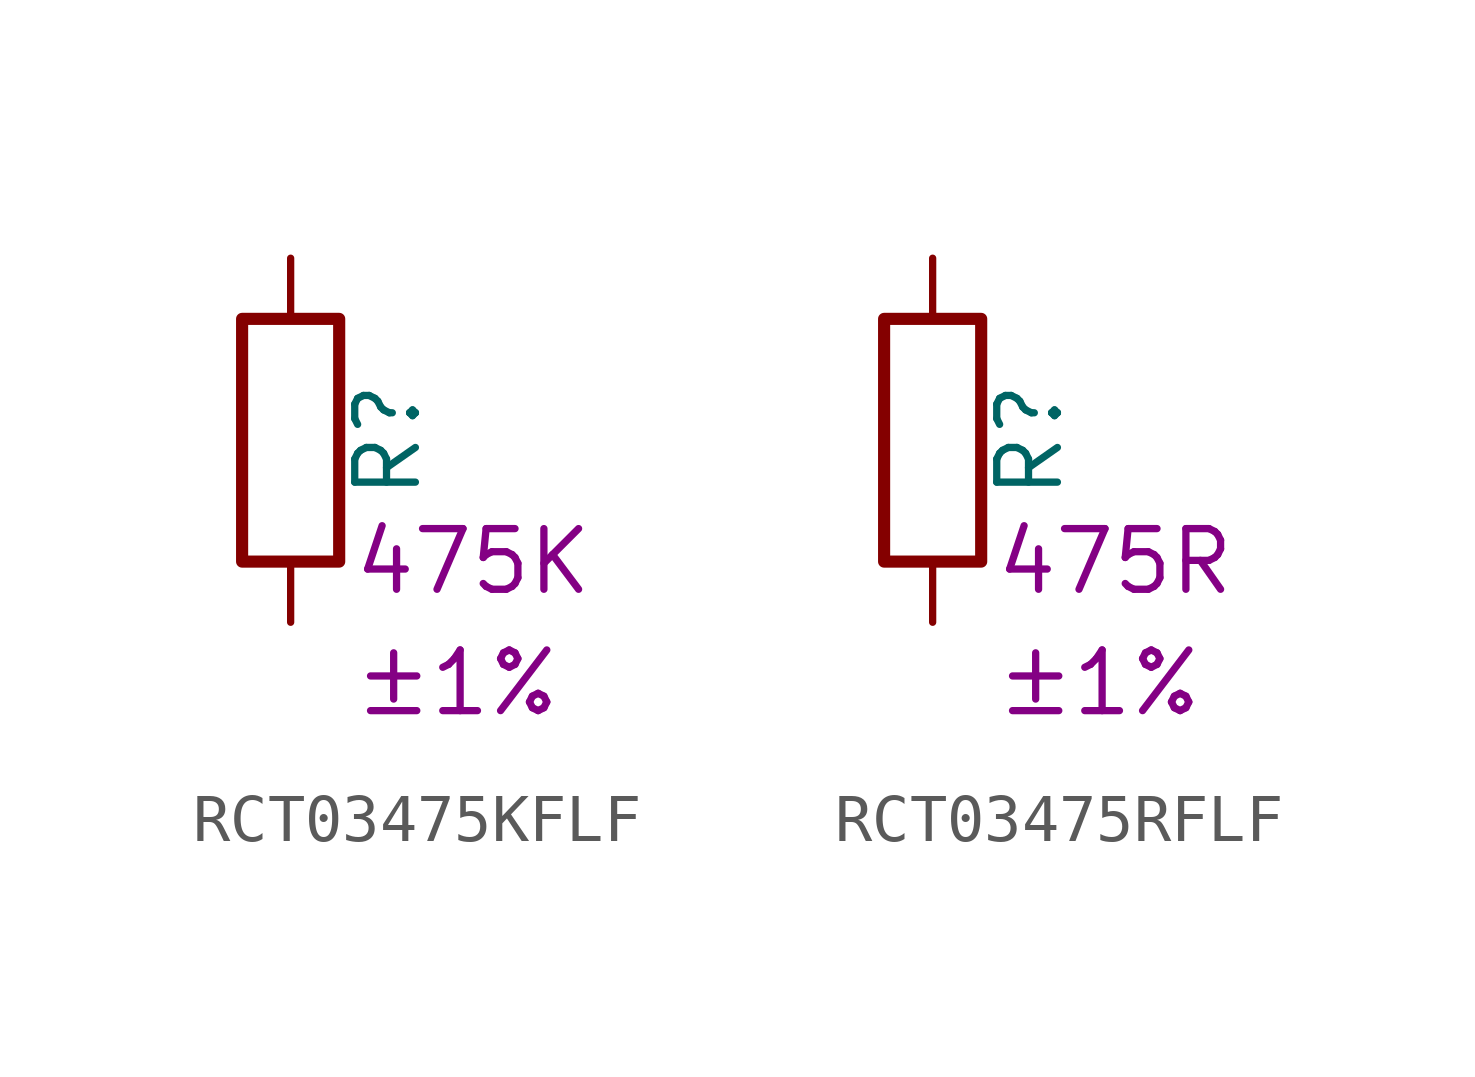
<source format=kicad_sym>
(kicad_symbol_lib
  (version 20220914)
  (generator kicad_symbol_editor)
  (symbol "RCT03475KFLF"
    (pin_numbers hide)
    (pin_names
      (offset 0))
    (property "Reference" "R"
      (at 2.032 0 90)
      (effects (font (size 1.27 1.27))))
    (property "Resistance" "475K"
      (at 1.27 -2.54 0)
      (effects (font (size 1.27 1.27)) (justify left)))
    (property "Tolerance" "±1%"
      (at 1.27 -5.08 0)
      (effects (font (size 1.27 1.27)) (justify left)))
    (symbol "RCT03475KFLF_0_1"
      (rectangle (start -1.016 -2.54) (end 1.016 2.54) (stroke (width 0.254) (type default)) (fill (type none))))
    (symbol "RCT03475KFLF_1_1"
      (pin passive line (at 0 3.81 270) (length 1.27) (name "~" (effects (font (size 1.27 1.27)))) (number "1" (effects (font (size 1.27 1.27)))))
      (pin passive line (at 0 -3.81 90) (length 1.27) (name "~" (effects (font (size 1.27 1.27)))) (number "2" (effects (font (size 1.27 1.27)))))))
  (symbol "RCT03475RFLF"
    (pin_numbers hide)
    (pin_names
      (offset 0))
    (property "Reference" "R"
      (at 2.032 0 90)
      (effects (font (size 1.27 1.27))))
    (property "Resistance" "475R"
      (at 1.27 -2.54 0)
      (effects (font (size 1.27 1.27)) (justify left)))
    (property "Tolerance" "±1%"
      (at 1.27 -5.08 0)
      (effects (font (size 1.27 1.27)) (justify left)))
    (symbol "RCT03475RFLF_0_1"
      (rectangle (start -1.016 -2.54) (end 1.016 2.54) (stroke (width 0.254) (type default)) (fill (type none))))
    (symbol "RCT03475RFLF_1_1"
      (pin passive line (at 0 3.81 270) (length 1.27) (name "~" (effects (font (size 1.27 1.27)))) (number "1" (effects (font (size 1.27 1.27)))))
      (pin passive line (at 0 -3.81 90) (length 1.27) (name "~" (effects (font (size 1.27 1.27)))) (number "2" (effects (font (size 1.27 1.27))))))))
</source>
